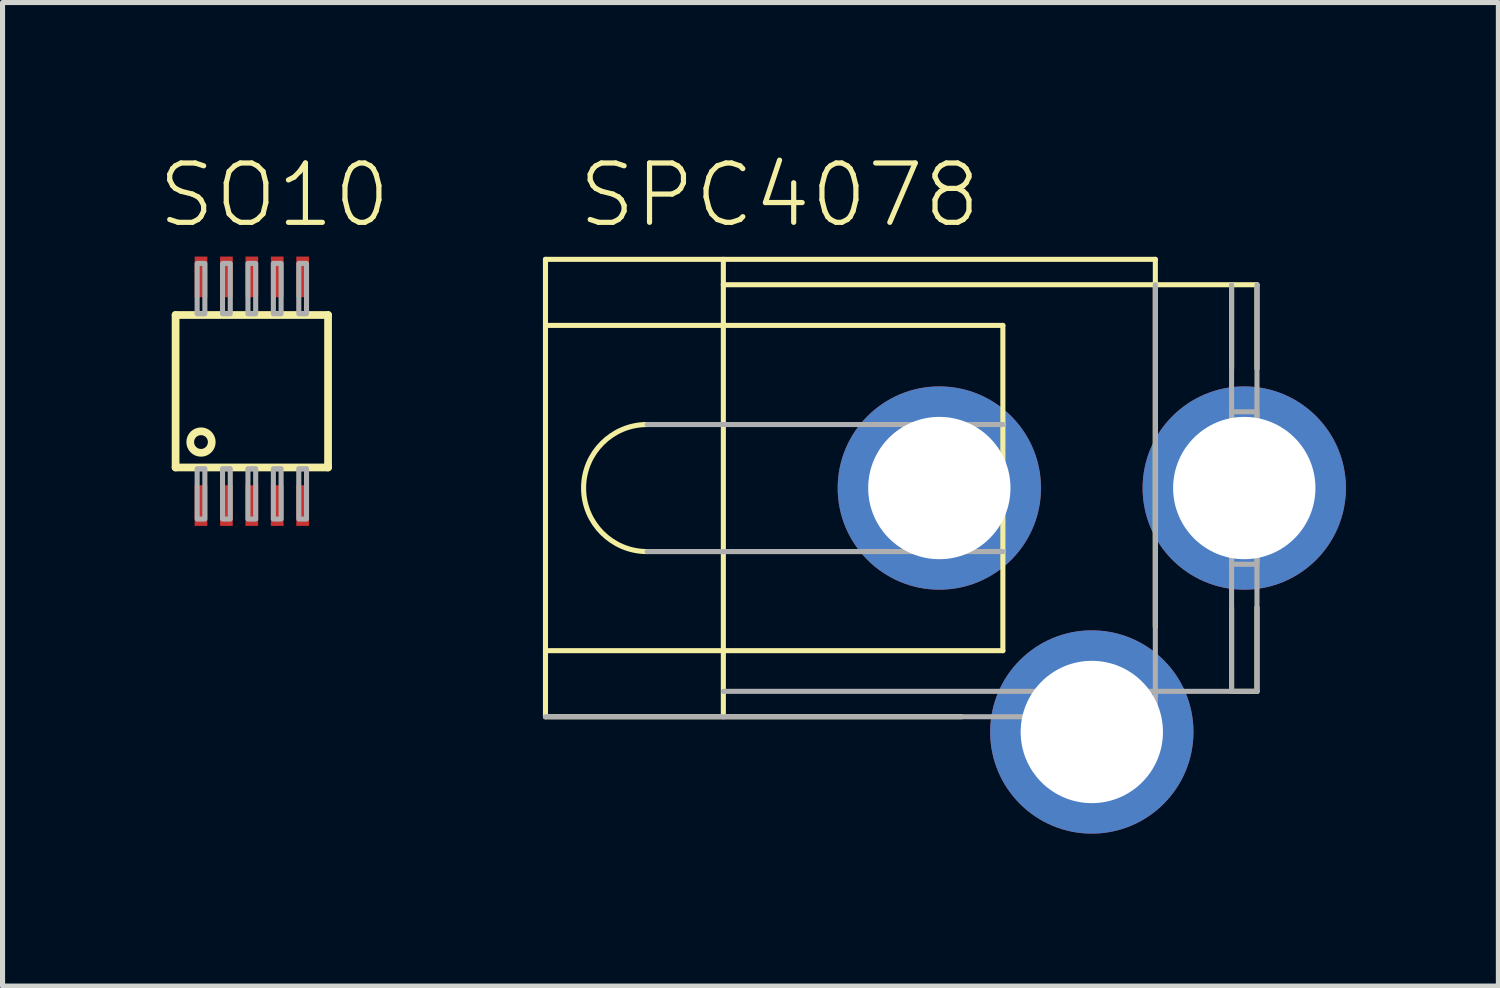
<source format=kicad_pcb>
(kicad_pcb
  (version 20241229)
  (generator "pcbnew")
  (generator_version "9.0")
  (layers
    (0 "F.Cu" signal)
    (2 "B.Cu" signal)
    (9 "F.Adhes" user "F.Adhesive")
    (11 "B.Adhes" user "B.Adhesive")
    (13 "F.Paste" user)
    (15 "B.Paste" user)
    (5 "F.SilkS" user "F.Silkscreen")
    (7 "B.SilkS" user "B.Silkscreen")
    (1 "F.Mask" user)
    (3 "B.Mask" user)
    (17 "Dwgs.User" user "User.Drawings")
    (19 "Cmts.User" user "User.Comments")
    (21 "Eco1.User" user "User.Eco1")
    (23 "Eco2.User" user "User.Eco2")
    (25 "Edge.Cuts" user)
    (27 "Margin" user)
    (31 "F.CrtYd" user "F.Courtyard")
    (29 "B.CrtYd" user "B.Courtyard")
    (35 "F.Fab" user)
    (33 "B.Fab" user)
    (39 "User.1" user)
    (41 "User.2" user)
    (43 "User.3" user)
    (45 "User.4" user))
  (footprint "SPC4078"
    (layer "F.Cu")
    (at 18.433 6.553)
    (property "Reference" "SPC4078" (at -10.16 -5.08 0) (layer "F.SilkS") (effects (font (size 1.168 1.168) (thickness 0.102)) (justify left bottom)))
    (fp_line (start -10.75 -4.5) (end 1.25 -4.5) (stroke (width 0.1) (type solid)) (layer "F.SilkS"))
    (fp_line (start -10.75 -3.2) (end -10.75 -4.5) (stroke (width 0.1) (type solid)) (layer "F.SilkS"))
    (fp_line (start -10.75 -3.2) (end -1.75 -3.2) (stroke (width 0.1) (type solid)) (layer "F.SilkS"))
    (fp_line (start -10.75 3.2) (end -10.75 -3.2) (stroke (width 0.1) (type solid)) (layer "F.SilkS"))
    (fp_line (start -10.75 3.2) (end -1.75 3.2) (stroke (width 0.1) (type solid)) (layer "F.SilkS"))
    (fp_line (start -10.75 4.5) (end -10.75 3.2) (stroke (width 0.1) (type solid)) (layer "F.SilkS"))
    (fp_line (start -10.75 4.5) (end -2.56 4.5) (stroke (width 0.1) (type solid)) (layer "F.SilkS"))
    (fp_line (start -7.25 -4) (end -7.25 -4.5) (stroke (width 0.1) (type solid)) (layer "F.SilkS"))
    (fp_line (start -7.25 -4) (end 1.25 -4) (stroke (width 0.1) (type solid)) (layer "F.SilkS"))
    (fp_line (start -7.25 4.5) (end -7.25 -4) (stroke (width 0.1) (type solid)) (layer "F.SilkS"))
    (fp_line (start -1.75 -1.25) (end -1.75 -3.2) (stroke (width 0.1) (type solid)) (layer "F.SilkS"))
    (fp_line (start -1.75 1.25) (end -1.75 -1.25) (stroke (width 0.1) (type solid)) (layer "F.SilkS"))
    (fp_line (start -1.75 3.2) (end -1.75 1.25) (stroke (width 0.1) (type solid)) (layer "F.SilkS"))
    (fp_line (start 1.25 -4) (end 1.25 -4.5) (stroke (width 0.1) (type solid)) (layer "F.SilkS"))
    (fp_line (start 1.25 -4) (end 2.75 -4) (stroke (width 0.1) (type solid)) (layer "F.SilkS"))
    (fp_line (start 1.25 2.73) (end 1.25 -4) (stroke (width 0.1) (type solid)) (layer "F.SilkS"))
    (fp_line (start 2.75 -4) (end 3.25 -4) (stroke (width 0.1) (type solid)) (layer "F.SilkS"))
    (fp_line (start 2.75 -2.35) (end 2.75 -4) (stroke (width 0.1) (type solid)) (layer "F.SilkS"))
    (fp_line (start 2.75 4) (end 2.75 2.35) (stroke (width 0.1) (type solid)) (layer "F.SilkS"))
    (fp_line (start 2.75 4) (end 3.25 4) (stroke (width 0.1) (type solid)) (layer "F.SilkS"))
    (fp_line (start 3.25 -2.35) (end 3.25 -4) (stroke (width 0.1) (type solid)) (layer "F.SilkS"))
    (fp_line (start 3.25 4) (end 3.25 2.35) (stroke (width 0.1) (type solid)) (layer "F.SilkS"))
    (fp_arc (start -8.75 1.25) (mid -10 0) (end -8.75 -1.25) (stroke (width 0.1) (type solid)) (layer "F.SilkS"))
    (fp_line (start -10.75 4.5) (end 1.25 4.5) (stroke (width 0.1) (type solid)) (layer "F.Fab"))
    (fp_line (start -8.75 -1.25) (end -1.75 -1.25) (stroke (width 0.1) (type solid)) (layer "F.Fab"))
    (fp_line (start -8.75 1.25) (end -1.75 1.25) (stroke (width 0.1) (type solid)) (layer "F.Fab"))
    (fp_line (start -7.25 4) (end 1.25 4) (stroke (width 0.1) (type solid)) (layer "F.Fab"))
    (fp_line (start 1.25 4) (end 1.25 -4) (stroke (width 0.1) (type solid)) (layer "F.Fab"))
    (fp_line (start 1.25 4) (end 2.75 4) (stroke (width 0.1) (type solid)) (layer "F.Fab"))
    (fp_line (start 1.25 4.5) (end 1.25 4) (stroke (width 0.1) (type solid)) (layer "F.Fab"))
    (fp_line (start 2.75 4) (end 2.75 -4) (stroke (width 0.1) (type solid)) (layer "F.Fab"))
    (fp_line (start 2.75 4) (end 3.25 4) (stroke (width 0.1) (type solid)) (layer "F.Fab"))
    (fp_line (start 3.25 4) (end 3.25 -4) (stroke (width 0.1) (type solid)) (layer "F.Fab"))
    (fp_poly (pts (xy -3.1 1.25) (xy -2.9 1.25) (xy -2.9 -1.25) (xy -3.1 -1.25)) (stroke (width 0.1) (type default)) (fill no) (layer "F.Fab"))
    (fp_poly (pts (xy -1.25 5.05) (xy 1.25 5.05) (xy 1.25 4.55) (xy -1.25 4.55)) (stroke (width 0.1) (type default)) (fill no) (layer "F.Fab"))
    (fp_poly (pts (xy 2.75 1.5) (xy 3.25 1.5) (xy 3.25 -1.5) (xy 2.75 -1.5)) (stroke (width 0.1) (type default)) (fill no) (layer "F.Fab"))
    (pad "1" thru_hole circle (at -3 0 90) (size 4 4) (drill 2.8) (layers "*.Cu" "*.Mask"))
    (pad "2" thru_hole circle (at 0 4.8) (size 4 4) (drill 2.8) (layers "*.Cu" "*.Mask"))
    (pad "3" thru_hole circle (at 3 0 90) (size 4 4) (drill 2.8) (layers "*.Cu" "*.Mask")))
  (footprint "SO10"
    (layer "F.Cu")
    (at 1.905 4.648)
    (property "Reference" "SO10" (at -1.905 -3.175 0) (layer "F.SilkS") (effects (font (size 1.168 1.168) (thickness 0.102)) (justify left bottom)))
    (fp_line (start -1.5 -1.5) (end 1.5 -1.5) (stroke (width 0.152) (type solid)) (layer "F.SilkS"))
    (fp_line (start -1.5 1.5) (end -1.5 -1.5) (stroke (width 0.152) (type solid)) (layer "F.SilkS"))
    (fp_line (start 1.5 -1.5) (end 1.5 1.5) (stroke (width 0.152) (type solid)) (layer "F.SilkS"))
    (fp_line (start 1.5 1.5) (end -1.5 1.5) (stroke (width 0.152) (type solid)) (layer "F.SilkS"))
    (fp_circle (center -1 1) (end -0.788 1) (stroke (width 0.152) (type solid)) (fill no) (layer "F.SilkS"))
    (fp_poly (pts (xy -1.076 -1.524) (xy -0.924 -1.524) (xy -0.924 -2.515) (xy -1.076 -2.515)) (stroke (width 0.1) (type default)) (fill no) (layer "F.Fab"))
    (fp_poly (pts (xy -1.076 2.515) (xy -0.924 2.515) (xy -0.924 1.524) (xy -1.076 1.524)) (stroke (width 0.1) (type default)) (fill no) (layer "F.Fab"))
    (fp_poly (pts (xy -0.576 -1.524) (xy -0.424 -1.524) (xy -0.424 -2.515) (xy -0.576 -2.515)) (stroke (width 0.1) (type default)) (fill no) (layer "F.Fab"))
    (fp_poly (pts (xy -0.576 2.515) (xy -0.424 2.515) (xy -0.424 1.524) (xy -0.576 1.524)) (stroke (width 0.1) (type default)) (fill no) (layer "F.Fab"))
    (fp_poly (pts (xy -0.076 -1.524) (xy 0.076 -1.524) (xy 0.076 -2.515) (xy -0.076 -2.515)) (stroke (width 0.1) (type default)) (fill no) (layer "F.Fab"))
    (fp_poly (pts (xy -0.076 2.515) (xy 0.076 2.515) (xy 0.076 1.524) (xy -0.076 1.524)) (stroke (width 0.1) (type default)) (fill no) (layer "F.Fab"))
    (fp_poly (pts (xy 0.424 -1.524) (xy 0.576 -1.524) (xy 0.576 -2.515) (xy 0.424 -2.515)) (stroke (width 0.1) (type default)) (fill no) (layer "F.Fab"))
    (fp_poly (pts (xy 0.424 2.515) (xy 0.576 2.515) (xy 0.576 1.524) (xy 0.424 1.524)) (stroke (width 0.1) (type default)) (fill no) (layer "F.Fab"))
    (fp_poly (pts (xy 0.924 -1.524) (xy 1.076 -1.524) (xy 1.076 -2.515) (xy 0.924 -2.515)) (stroke (width 0.1) (type default)) (fill no) (layer "F.Fab"))
    (fp_poly (pts (xy 0.924 2.515) (xy 1.076 2.515) (xy 1.076 1.524) (xy 0.924 1.524)) (stroke (width 0.1) (type default)) (fill no) (layer "F.Fab"))
    (pad "1" smd rect (at -1 2.25) (size 0.25 0.8) (layers "F.Cu" "F.Mask" "F.Paste"))
    (pad "2" smd rect (at -0.5 2.25) (size 0.25 0.8) (layers "F.Cu" "F.Mask" "F.Paste"))
    (pad "3" smd rect (at 0 2.25) (size 0.25 0.8) (layers "F.Cu" "F.Mask" "F.Paste"))
    (pad "4" smd rect (at 0.5 2.25) (size 0.25 0.8) (layers "F.Cu" "F.Mask" "F.Paste"))
    (pad "5" smd rect (at 1 2.25) (size 0.25 0.8) (layers "F.Cu" "F.Mask" "F.Paste"))
    (pad "6" smd rect (at 1 -2.25) (size 0.25 0.8) (layers "F.Cu" "F.Mask" "F.Paste"))
    (pad "7" smd rect (at 0.5 -2.25) (size 0.25 0.8) (layers "F.Cu" "F.Mask" "F.Paste"))
    (pad "8" smd rect (at 0 -2.25) (size 0.25 0.8) (layers "F.Cu" "F.Mask" "F.Paste"))
    (pad "9" smd rect (at -0.5 -2.25) (size 0.25 0.8) (layers "F.Cu" "F.Mask" "F.Paste"))
    (pad "10" smd rect (at -1 -2.25) (size 0.25 0.8) (layers "F.Cu" "F.Mask" "F.Paste")))
  (gr_rect
    (start -3 -3)
    (end 26.433 16.353)
    (stroke (width 0.1) (type default))
    (fill no)
    (layer "Edge.Cuts")))
</source>
